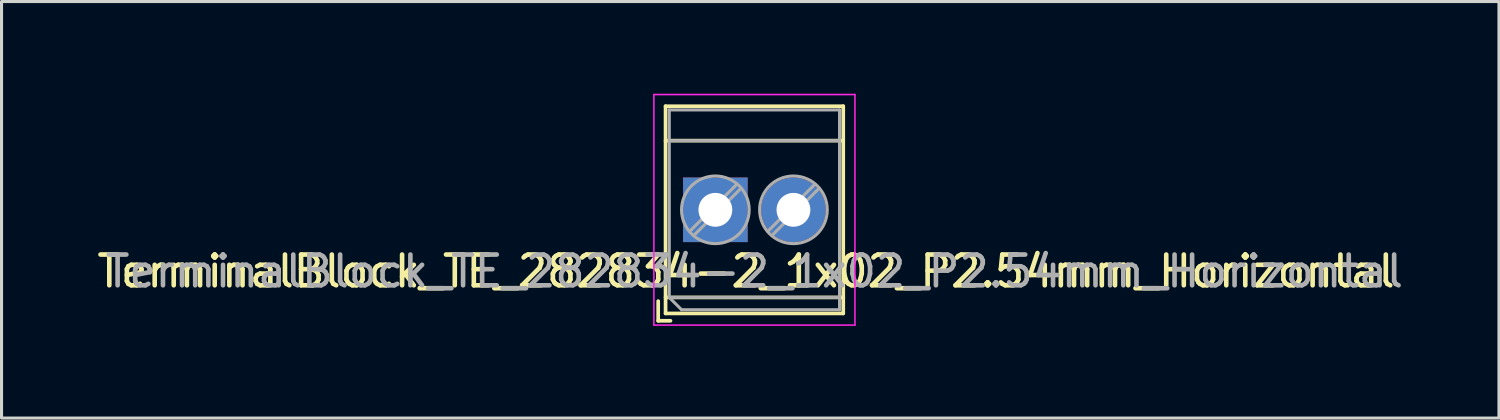
<source format=kicad_pcb>
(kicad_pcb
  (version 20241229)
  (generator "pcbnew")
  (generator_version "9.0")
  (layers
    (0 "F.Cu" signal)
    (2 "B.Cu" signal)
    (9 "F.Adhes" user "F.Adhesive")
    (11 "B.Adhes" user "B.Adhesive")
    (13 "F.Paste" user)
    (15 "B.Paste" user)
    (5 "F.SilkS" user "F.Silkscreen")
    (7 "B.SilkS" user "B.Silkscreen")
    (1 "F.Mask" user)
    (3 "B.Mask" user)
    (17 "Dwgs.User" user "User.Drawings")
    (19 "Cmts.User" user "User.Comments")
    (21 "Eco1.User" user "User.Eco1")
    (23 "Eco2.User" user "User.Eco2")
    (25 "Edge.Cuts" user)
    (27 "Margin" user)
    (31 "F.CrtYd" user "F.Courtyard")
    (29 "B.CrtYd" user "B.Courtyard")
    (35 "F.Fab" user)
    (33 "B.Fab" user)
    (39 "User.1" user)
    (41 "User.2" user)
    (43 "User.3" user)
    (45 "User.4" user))
  (footprint "TerminalBlock_TE_282834-2_1x02_P2.54mm_Horizontal"
    (layer "F.Cu")
    (at 20.22 3.775)
    (property "Reference" "TerminalBlock_TE_282834-2_1x02_P2.54mm_Horizontal" (at 1 2 0) (layer "F.SilkS") (effects (font (size 1 1) (thickness 0.15))))
    (attr through_hole)
    (fp_line (start -1.86 2.97) (end -1.86 3.61) (stroke (width 0.12) (type solid)) (layer "F.SilkS"))
    (fp_line (start -1.86 3.61) (end -1.46 3.61) (stroke (width 0.12) (type solid)) (layer "F.SilkS"))
    (fp_line (start -1.62 -3.37) (end -1.62 3.37) (stroke (width 0.12) (type solid)) (layer "F.SilkS"))
    (fp_line (start -1.62 -3.37) (end 4.16 -3.37) (stroke (width 0.12) (type solid)) (layer "F.SilkS"))
    (fp_line (start -1.62 -2.25) (end 4.16 -2.25) (stroke (width 0.12) (type solid)) (layer "F.SilkS"))
    (fp_line (start -1.62 2.85) (end 4.16 2.85) (stroke (width 0.12) (type solid)) (layer "F.SilkS"))
    (fp_line (start -1.62 3.37) (end 4.16 3.37) (stroke (width 0.12) (type solid)) (layer "F.SilkS"))
    (fp_line (start 4.16 -3.37) (end 4.16 3.37) (stroke (width 0.12) (type solid)) (layer "F.SilkS"))
    (fp_line (start -2 -3.75) (end -2 3.75) (stroke (width 0.05) (type solid)) (layer "F.CrtYd"))
    (fp_line (start -2 3.75) (end 4.54 3.75) (stroke (width 0.05) (type solid)) (layer "F.CrtYd"))
    (fp_line (start 4.54 -3.75) (end -2 -3.75) (stroke (width 0.05) (type solid)) (layer "F.CrtYd"))
    (fp_line (start 4.54 3.75) (end 4.54 -3.75) (stroke (width 0.05) (type solid)) (layer "F.CrtYd"))
    (fp_line (start -1.5 -3.25) (end 4.04 -3.25) (stroke (width 0.1) (type solid)) (layer "F.Fab"))
    (fp_line (start -1.5 -2.25) (end 4.04 -2.25) (stroke (width 0.1) (type solid)) (layer "F.Fab"))
    (fp_line (start -1.5 2.85) (end -1.5 -3.25) (stroke (width 0.1) (type solid)) (layer "F.Fab"))
    (fp_line (start -1.5 2.85) (end 4.04 2.85) (stroke (width 0.1) (type solid)) (layer "F.Fab"))
    (fp_line (start -1.1 3.25) (end -1.5 2.85) (stroke (width 0.1) (type solid)) (layer "F.Fab"))
    (fp_line (start 0.701 -0.835) (end -0.835 0.7) (stroke (width 0.1) (type solid)) (layer "F.Fab"))
    (fp_line (start 0.835 -0.7) (end -0.701 0.835) (stroke (width 0.1) (type solid)) (layer "F.Fab"))
    (fp_line (start 3.241 -0.835) (end 1.706 0.7) (stroke (width 0.1) (type solid)) (layer "F.Fab"))
    (fp_line (start 3.375 -0.7) (end 1.84 0.835) (stroke (width 0.1) (type solid)) (layer "F.Fab"))
    (fp_line (start 4.04 -3.25) (end 4.04 3.25) (stroke (width 0.1) (type solid)) (layer "F.Fab"))
    (fp_line (start 4.04 3.25) (end -1.1 3.25) (stroke (width 0.1) (type solid)) (layer "F.Fab"))
    (fp_circle (center 0 0) (end 1.1 0) (stroke (width 0.1) (type solid)) (fill no) (layer "F.Fab"))
    (fp_circle (center 2.54 0) (end 3.64 0) (stroke (width 0.1) (type solid)) (fill no) (layer "F.Fab"))
    (fp_text user "${REFERENCE}" (at 1.27 2 0) (layer "F.Fab") (effects (font (size 1 1) (thickness 0.15))))
    (pad "1" thru_hole rect (at 0 0) (size 2.1 2.1) (drill 1.1) (layers "*.Cu" "*.Mask"))
    (pad "2" thru_hole circle (at 2.54 0) (size 2.1 2.1) (drill 1.1) (layers "*.Cu" "*.Mask")))
  (gr_rect
    (start -3 -3)
    (end 45.71 10.55)
    (stroke (width 0.1) (type default))
    (fill no)
    (layer "Edge.Cuts")))
</source>
